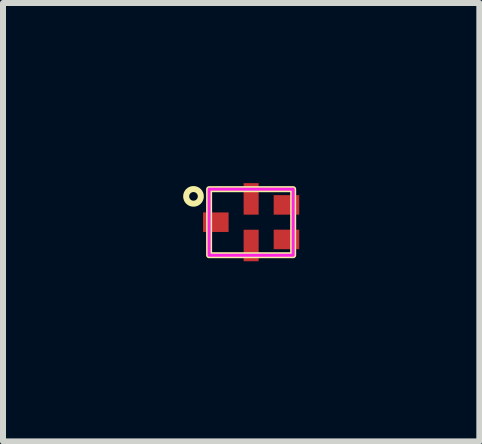
<source format=kicad_pcb>
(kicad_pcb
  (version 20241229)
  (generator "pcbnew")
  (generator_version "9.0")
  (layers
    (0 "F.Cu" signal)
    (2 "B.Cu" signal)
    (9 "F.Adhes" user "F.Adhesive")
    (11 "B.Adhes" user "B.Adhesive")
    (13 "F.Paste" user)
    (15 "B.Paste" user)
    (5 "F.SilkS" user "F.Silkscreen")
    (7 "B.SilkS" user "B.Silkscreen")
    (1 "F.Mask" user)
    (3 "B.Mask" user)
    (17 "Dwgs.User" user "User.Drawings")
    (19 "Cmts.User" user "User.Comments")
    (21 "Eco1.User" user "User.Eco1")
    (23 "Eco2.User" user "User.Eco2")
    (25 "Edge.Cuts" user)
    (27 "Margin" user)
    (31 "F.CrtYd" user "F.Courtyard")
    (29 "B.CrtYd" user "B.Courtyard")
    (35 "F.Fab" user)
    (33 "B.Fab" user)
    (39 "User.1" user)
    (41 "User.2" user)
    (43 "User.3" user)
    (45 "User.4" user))
  (footprint "1.4x1.1_SAW"
    (layer "F.Cu")
    (at 1.132 0.65)
    (property "Reference" "1.4x1.1_SAW" (at 0.017 -0.062 90) (unlocked yes) (layer "User.10") (effects (font (size 0.5 0.5) (thickness 0.1))))
    (fp_rect (start -0.7 -0.55) (end 0.7 0.55) (stroke (width 0.1) (type solid)) (fill no) (layer "F.SilkS"))
    (fp_circle (center -0.96 -0.43) (end -0.86 -0.36) (stroke (width 0.1) (type default)) (fill no) (layer "F.SilkS"))
    (fp_rect (start -0.7 -0.55) (end 0.7 0.55) (stroke (width 0.05) (type solid)) (fill no) (layer "F.CrtYd"))
    (pad "1" smd rect (at -0.588 0) (size 0.425 0.325) (layers "F.Cu" "F.Mask" "F.Paste"))
    (pad "2" smd rect (at 0 -0.388) (size 0.25 0.525) (layers "F.Cu" "F.Mask" "F.Paste"))
    (pad "3" smd rect (at 0.588 -0.288) (size 0.425 0.325) (layers "F.Cu" "F.Mask" "F.Paste"))
    (pad "4" smd rect (at 0.588 0.287) (size 0.425 0.325) (layers "F.Cu" "F.Mask" "F.Paste"))
    (pad "5" smd rect (at 0 0.388) (size 0.25 0.525) (layers "F.Cu" "F.Mask" "F.Paste")))
  (gr_rect
    (start -3 -3)
    (end 4.932 4.3)
    (stroke (width 0.1) (type default))
    (fill no)
    (layer "Edge.Cuts")))
</source>
